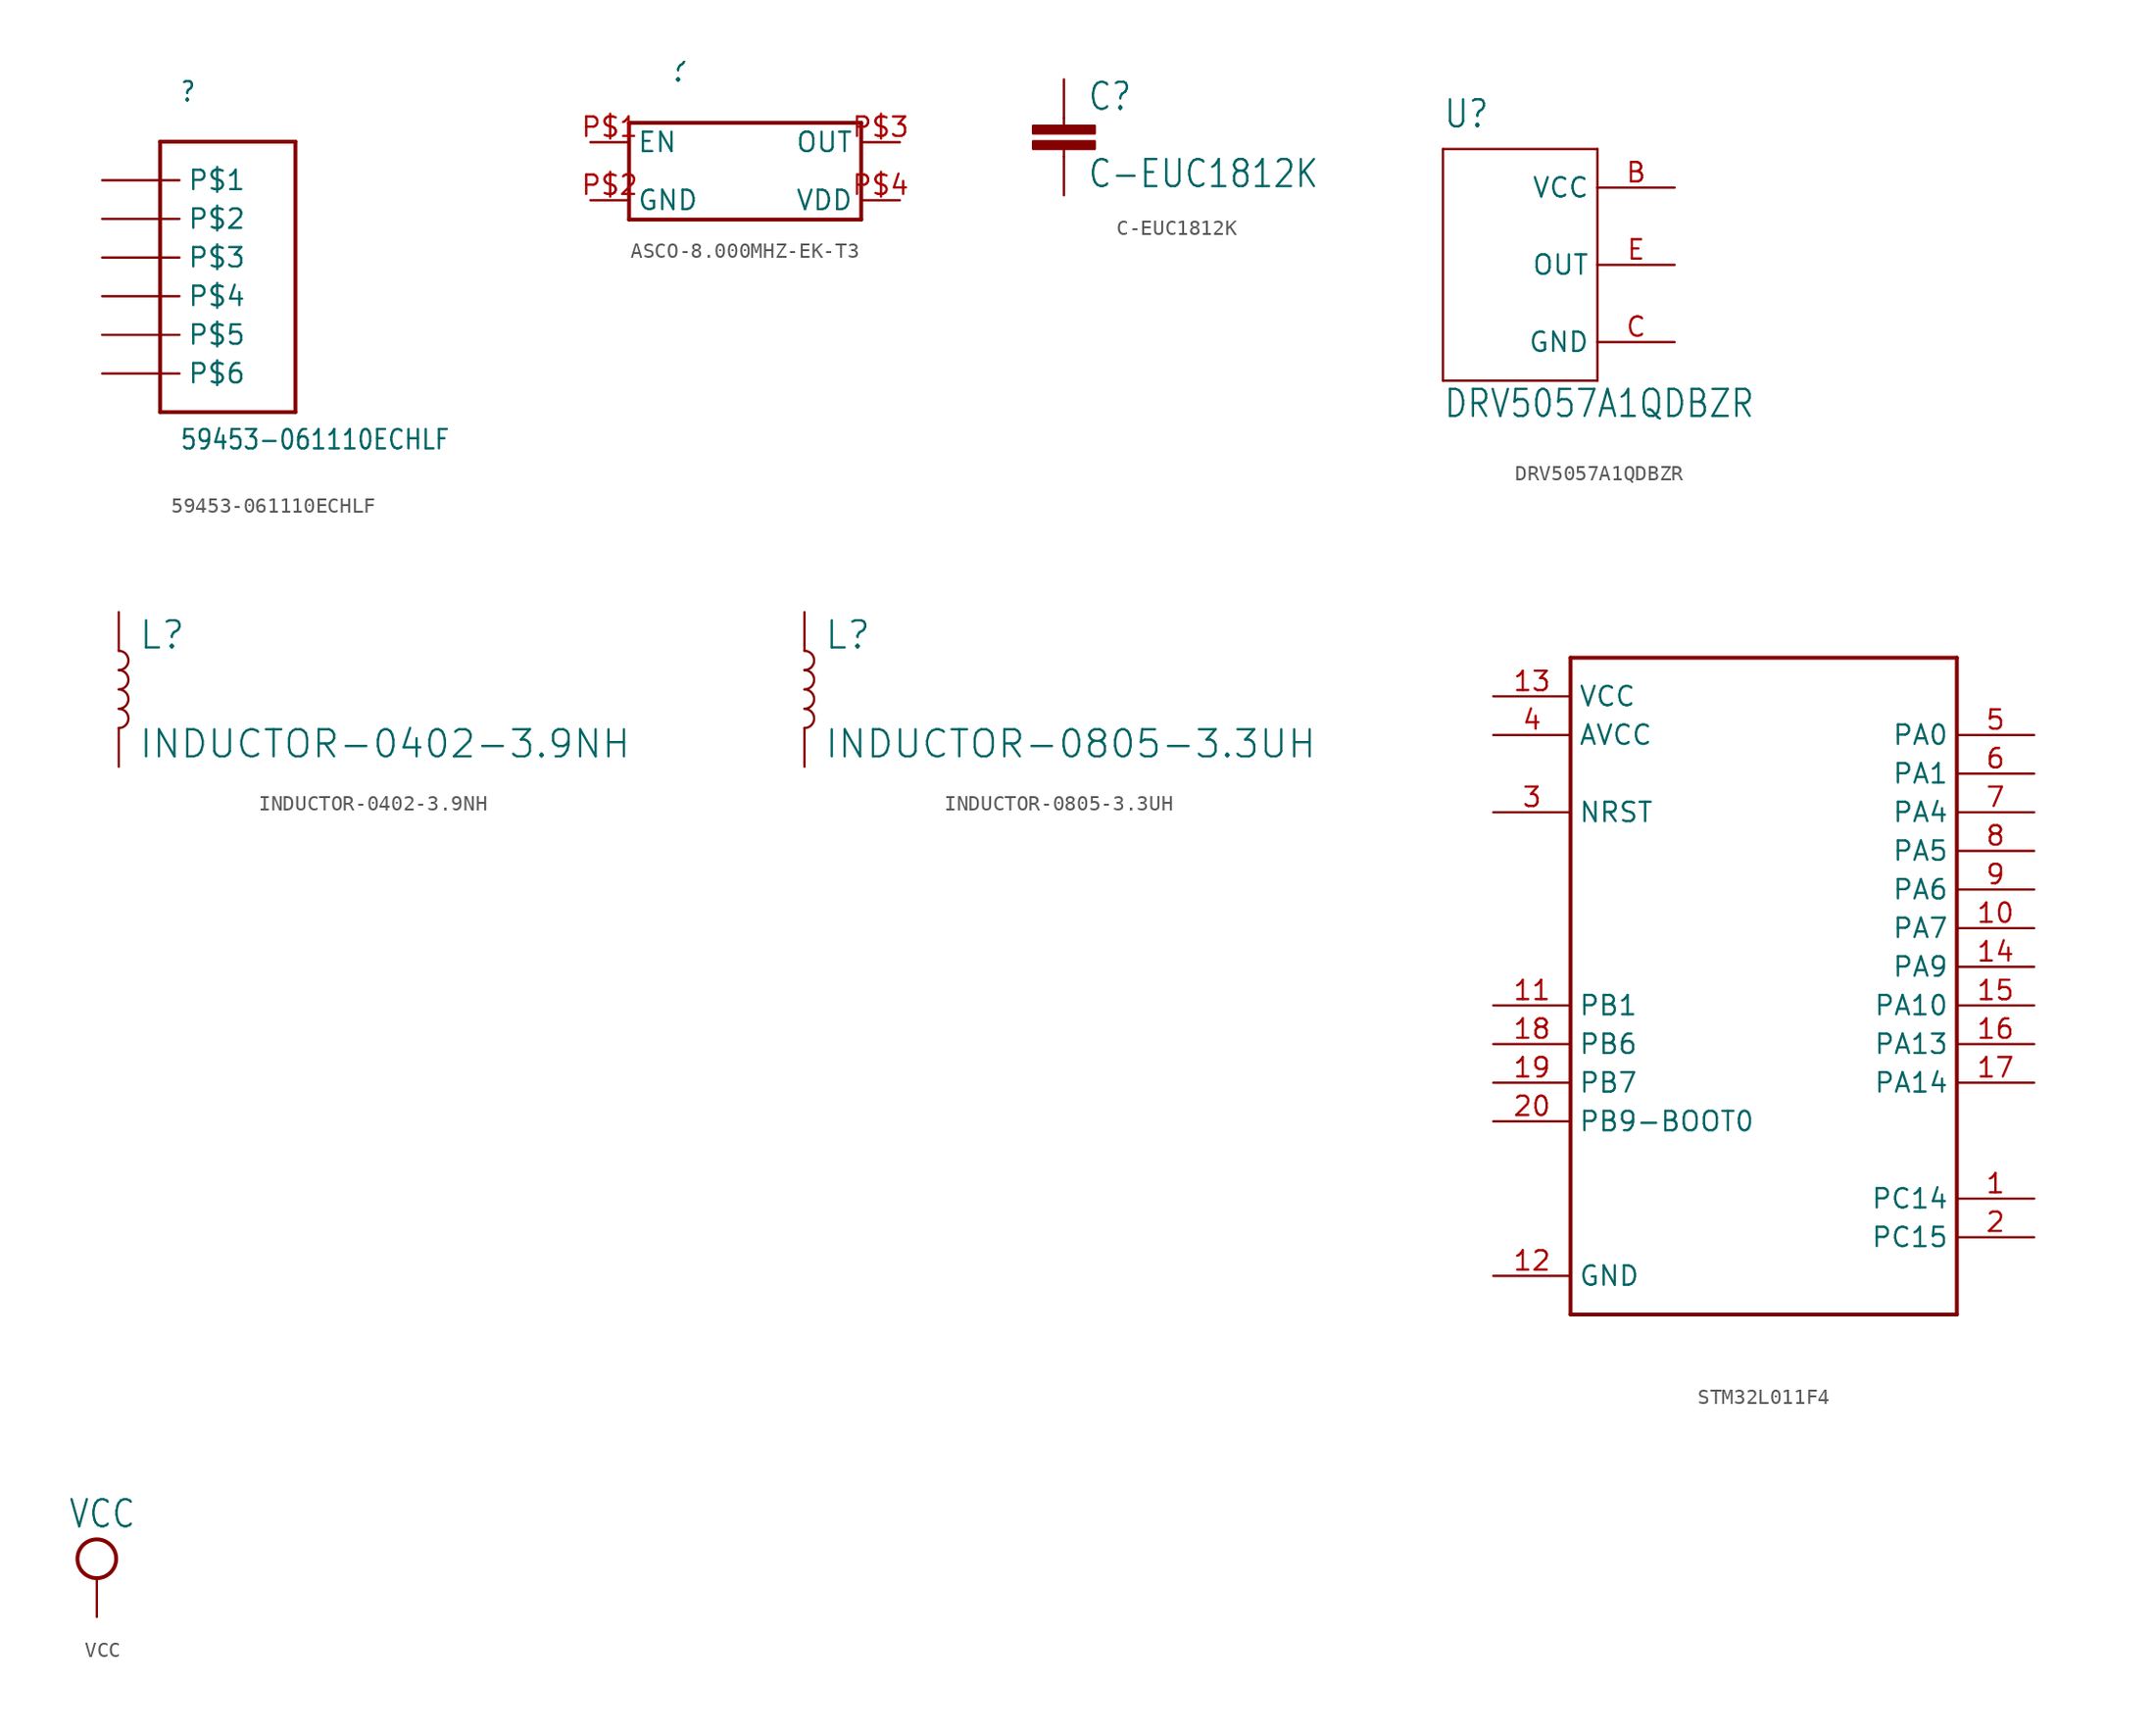
<source format=kicad_sym>
(kicad_symbol_lib
  (version 20210619)
  (generator kicad_symbol_editor)
  (symbol "59453-061110ECHLF"
    (property "Reference" ""
      (at 5.08 7.62 0)
      (effects (font (size 1.27 1.079)) (justify left bottom)))
    (property "Value" "59453-061110ECHLF"
      (at 5.08 -15.24 0)
      (effects (font (size 1.27 1.079)) (justify left bottom)))
    (property "ki_locked" ""
      (at 0 0 0)
      (effects (font (size 1.27 1.27))))
    (symbol "59453-061110ECHLF_1_0"
      (polyline (pts (xy 3.81 -12.7) (xy 12.7 -12.7)) (stroke (width 0.254)) (fill (type none)))
      (polyline (pts (xy 3.81 5.08) (xy 3.81 -12.7)) (stroke (width 0.254)) (fill (type none)))
      (polyline (pts (xy 12.7 -12.7) (xy 12.7 5.08)) (stroke (width 0.254)) (fill (type none)))
      (polyline (pts (xy 12.7 5.08) (xy 3.81 5.08)) (stroke (width 0.254)) (fill (type none)))
      (pin bidirectional line (at 0 2.54 0) (length 5.08) (name "P$1" (effects (font (size 1.27 1.27)))) (number "P$1" (effects (font (size 0 0)))))
      (pin bidirectional line (at 0 0 0) (length 5.08) (name "P$2" (effects (font (size 1.27 1.27)))) (number "P$2" (effects (font (size 0 0)))))
      (pin bidirectional line (at 0 -2.54 0) (length 5.08) (name "P$3" (effects (font (size 1.27 1.27)))) (number "P$3" (effects (font (size 0 0)))))
      (pin bidirectional line (at 0 -5.08 0) (length 5.08) (name "P$4" (effects (font (size 1.27 1.27)))) (number "P$4" (effects (font (size 0 0)))))
      (pin bidirectional line (at 0 -7.62 0) (length 5.08) (name "P$5" (effects (font (size 1.27 1.27)))) (number "P$5" (effects (font (size 0 0)))))
      (pin bidirectional line (at 0 -10.16 0) (length 5.08) (name "P$6" (effects (font (size 1.27 1.27)))) (number "P$6" (effects (font (size 0 0)))))))
  (symbol "ASCO-8.000MHZ-EK-T3"
    (property "Reference" ""
      (at 5.08 5.08 0)
      (effects (font (size 1.778 1.511)) (justify left bottom)))
    (property "ki_locked" ""
      (at 0 0 0)
      (effects (font (size 1.27 1.27))))
    (symbol "ASCO-8.000MHZ-EK-T3_1_0"
      (polyline (pts (xy 2.54 -3.81) (xy 2.54 2.54)) (stroke (width 0.254)) (fill (type none)))
      (polyline (pts (xy 2.54 2.54) (xy 17.78 2.54)) (stroke (width 0.254)) (fill (type none)))
      (polyline (pts (xy 17.78 -3.81) (xy 2.54 -3.81)) (stroke (width 0.254)) (fill (type none)))
      (polyline (pts (xy 17.78 2.54) (xy 17.78 -3.81)) (stroke (width 0.254)) (fill (type none)))
      (pin bidirectional line (at 0 1.27 0) (length 2.54) (name "EN" (effects (font (size 1.27 1.27)))) (number "P$1" (effects (font (size 1.27 1.27)))))
      (pin bidirectional line (at 0 -2.54 0) (length 2.54) (name "GND" (effects (font (size 1.27 1.27)))) (number "P$2" (effects (font (size 1.27 1.27)))))
      (pin bidirectional line (at 20.32 1.27 180) (length 2.54) (name "OUT" (effects (font (size 1.27 1.27)))) (number "P$3" (effects (font (size 1.27 1.27)))))
      (pin bidirectional line (at 20.32 -2.54 180) (length 2.54) (name "VDD" (effects (font (size 1.27 1.27)))) (number "P$4" (effects (font (size 1.27 1.27)))))))
  (symbol "C-EUC1812K"
    (property "Reference" "C"
      (at 1.524 0.381 0)
      (effects (font (size 1.778 1.511)) (justify left bottom)))
    (property "Value" "C-EUC1812K"
      (at 1.524 -4.699 0)
      (effects (font (size 1.778 1.511)) (justify left bottom)))
    (property "ki_locked" ""
      (at 0 0 0)
      (effects (font (size 1.27 1.27))))
    (symbol "C-EUC1812K_1_0"
      (rectangle (start -2.032 -2.032) (end 2.032 -1.524) (stroke (width 0)) (fill (type outline)))
      (rectangle (start -2.032 -1.016) (end 2.032 -0.508) (stroke (width 0)) (fill (type outline)))
      (polyline (pts (xy 0 -2.54) (xy 0 -2.032)) (stroke (width 0.152)) (fill (type none)))
      (polyline (pts (xy 0 0) (xy 0 -0.508)) (stroke (width 0.152)) (fill (type none)))
      (pin passive line (at 0 2.54 270) (length 2.54) (name "1" (effects (font (size 0 0)))) (number "1" (effects (font (size 0 0)))))
      (pin passive line (at 0 -5.08 90) (length 2.54) (name "2" (effects (font (size 0 0)))) (number "2" (effects (font (size 0 0)))))))
  (symbol "DRV5057A1QDBZR"
    (property "Reference" "U"
      (at -5.08 8.89 0)
      (effects (font (size 1.778 1.511)) (justify left bottom)))
    (property "Value" "DRV5057A1QDBZR"
      (at -5.08 -10.16 0)
      (effects (font (size 1.778 1.511)) (justify left bottom)))
    (property "ki_locked" ""
      (at 0 0 0)
      (effects (font (size 1.27 1.27))))
    (symbol "DRV5057A1QDBZR_1_0"
      (polyline (pts (xy -5.08 -7.62) (xy -5.08 7.62)) (stroke (width 0.152)) (fill (type none)))
      (polyline (pts (xy -5.08 7.62) (xy 5.08 7.62)) (stroke (width 0.152)) (fill (type none)))
      (polyline (pts (xy 5.08 -7.62) (xy -5.08 -7.62)) (stroke (width 0.152)) (fill (type none)))
      (polyline (pts (xy 5.08 7.62) (xy 5.08 -7.62)) (stroke (width 0.152)) (fill (type none)))
      (pin power_in line (at 10.16 5.08 180) (length 5.08) (name "VCC" (effects (font (size 1.27 1.27)))) (number "B" (effects (font (size 1.27 1.27)))))
      (pin power_in line (at 10.16 -5.08 180) (length 5.08) (name "GND" (effects (font (size 1.27 1.27)))) (number "C" (effects (font (size 1.27 1.27)))))
      (pin output line (at 10.16 0 180) (length 5.08) (name "OUT" (effects (font (size 1.27 1.27)))) (number "E" (effects (font (size 1.27 1.27)))))))
  (symbol "INDUCTOR-0402-3.9NH"
    (property "Reference" "L"
      (at 1.27 2.54 0)
      (effects (font (size 1.778 1.778)) (justify left bottom)))
    (property "Value" "INDUCTOR-0402-3.9NH"
      (at 1.27 -2.54 0)
      (effects (font (size 1.778 1.778)) (justify left top)))
    (property "ki_locked" ""
      (at 0 0 0)
      (effects (font (size 1.27 1.27))))
    (symbol "INDUCTOR-0402-3.9NH_1_0"
      (arc (start 0 -2.54) (end 0 -1.27) (radius (at 0 -1.905) (length 0.635) (angles -89.9 89.9)) (stroke (width 0.1524)) (fill (type none)))
      (arc (start 0 -1.27) (end 0 0) (radius (at 0 -0.635) (length 0.635) (angles -89.9 89.9)) (stroke (width 0.1524)) (fill (type none)))
      (arc (start 0 0) (end 0 1.27) (radius (at 0 0.635) (length 0.635) (angles -89.9 89.9)) (stroke (width 0.1524)) (fill (type none)))
      (arc (start 0 1.27) (end 0 2.54) (radius (at 0 1.905) (length 0.635) (angles -89.9 89.9)) (stroke (width 0.1524)) (fill (type none)))
      (pin passive line (at 0 5.08 270) (length 2.54) (name "1" (effects (font (size 0 0)))) (number "1" (effects (font (size 0 0)))))
      (pin passive line (at 0 -5.08 90) (length 2.54) (name "2" (effects (font (size 0 0)))) (number "2" (effects (font (size 0 0)))))))
  (symbol "INDUCTOR-0805-3.3UH"
    (property "Reference" "L"
      (at 1.27 2.54 0)
      (effects (font (size 1.778 1.778)) (justify left bottom)))
    (property "Value" "INDUCTOR-0805-3.3UH"
      (at 1.27 -2.54 0)
      (effects (font (size 1.778 1.778)) (justify left top)))
    (property "ki_locked" ""
      (at 0 0 0)
      (effects (font (size 1.27 1.27))))
    (symbol "INDUCTOR-0805-3.3UH_1_0"
      (arc (start 0 -2.54) (end 0 -1.27) (radius (at 0 -1.905) (length 0.635) (angles -89.9 89.9)) (stroke (width 0.1524)) (fill (type none)))
      (arc (start 0 -1.27) (end 0 0) (radius (at 0 -0.635) (length 0.635) (angles -89.9 89.9)) (stroke (width 0.1524)) (fill (type none)))
      (arc (start 0 0) (end 0 1.27) (radius (at 0 0.635) (length 0.635) (angles -89.9 89.9)) (stroke (width 0.1524)) (fill (type none)))
      (arc (start 0 1.27) (end 0 2.54) (radius (at 0 1.905) (length 0.635) (angles -89.9 89.9)) (stroke (width 0.1524)) (fill (type none)))
      (pin passive line (at 0 5.08 270) (length 2.54) (name "1" (effects (font (size 0 0)))) (number "1" (effects (font (size 0 0)))))
      (pin passive line (at 0 -5.08 90) (length 2.54) (name "2" (effects (font (size 0 0)))) (number "2" (effects (font (size 0 0)))))))
  (symbol "STM32L011F4"
    (property "Reference" ""
      (at 0 0 0)
      (effects (font (size 1.27 1.27)) hide))
    (property "ki_locked" ""
      (at 0 0 0)
      (effects (font (size 1.27 1.27))))
    (symbol "STM32L011F4_1_0"
      (polyline (pts (xy -12.7 -22.86) (xy -12.7 20.32)) (stroke (width 0.254)) (fill (type none)))
      (polyline (pts (xy -12.7 20.32) (xy 12.7 20.32)) (stroke (width 0.254)) (fill (type none)))
      (polyline (pts (xy 12.7 -22.86) (xy -12.7 -22.86)) (stroke (width 0.254)) (fill (type none)))
      (polyline (pts (xy 12.7 20.32) (xy 12.7 -22.86)) (stroke (width 0.254)) (fill (type none)))
      (pin bidirectional line (at 17.78 -15.24 180) (length 5.08) (name "PC14" (effects (font (size 1.27 1.27)))) (number "1" (effects (font (size 1.27 1.27)))))
      (pin bidirectional line (at 17.78 2.54 180) (length 5.08) (name "PA7" (effects (font (size 1.27 1.27)))) (number "10" (effects (font (size 1.27 1.27)))))
      (pin bidirectional line (at -17.78 -2.54 0) (length 5.08) (name "PB1" (effects (font (size 1.27 1.27)))) (number "11" (effects (font (size 1.27 1.27)))))
      (pin bidirectional line (at -17.78 -20.32 0) (length 5.08) (name "GND" (effects (font (size 1.27 1.27)))) (number "12" (effects (font (size 1.27 1.27)))))
      (pin bidirectional line (at -17.78 17.78 0) (length 5.08) (name "VCC" (effects (font (size 1.27 1.27)))) (number "13" (effects (font (size 1.27 1.27)))))
      (pin bidirectional line (at 17.78 0 180) (length 5.08) (name "PA9" (effects (font (size 1.27 1.27)))) (number "14" (effects (font (size 1.27 1.27)))))
      (pin bidirectional line (at 17.78 -2.54 180) (length 5.08) (name "PA10" (effects (font (size 1.27 1.27)))) (number "15" (effects (font (size 1.27 1.27)))))
      (pin bidirectional line (at 17.78 -5.08 180) (length 5.08) (name "PA13" (effects (font (size 1.27 1.27)))) (number "16" (effects (font (size 1.27 1.27)))))
      (pin bidirectional line (at 17.78 -7.62 180) (length 5.08) (name "PA14" (effects (font (size 1.27 1.27)))) (number "17" (effects (font (size 1.27 1.27)))))
      (pin bidirectional line (at -17.78 -5.08 0) (length 5.08) (name "PB6" (effects (font (size 1.27 1.27)))) (number "18" (effects (font (size 1.27 1.27)))))
      (pin bidirectional line (at -17.78 -7.62 0) (length 5.08) (name "PB7" (effects (font (size 1.27 1.27)))) (number "19" (effects (font (size 1.27 1.27)))))
      (pin bidirectional line (at 17.78 -17.78 180) (length 5.08) (name "PC15" (effects (font (size 1.27 1.27)))) (number "2" (effects (font (size 1.27 1.27)))))
      (pin bidirectional line (at -17.78 -10.16 0) (length 5.08) (name "PB9-BOOT0" (effects (font (size 1.27 1.27)))) (number "20" (effects (font (size 1.27 1.27)))))
      (pin bidirectional line (at -17.78 10.16 0) (length 5.08) (name "NRST" (effects (font (size 1.27 1.27)))) (number "3" (effects (font (size 1.27 1.27)))))
      (pin bidirectional line (at -17.78 15.24 0) (length 5.08) (name "AVCC" (effects (font (size 1.27 1.27)))) (number "4" (effects (font (size 1.27 1.27)))))
      (pin bidirectional line (at 17.78 15.24 180) (length 5.08) (name "PA0" (effects (font (size 1.27 1.27)))) (number "5" (effects (font (size 1.27 1.27)))))
      (pin bidirectional line (at 17.78 12.7 180) (length 5.08) (name "PA1" (effects (font (size 1.27 1.27)))) (number "6" (effects (font (size 1.27 1.27)))))
      (pin bidirectional line (at 17.78 10.16 180) (length 5.08) (name "PA4" (effects (font (size 1.27 1.27)))) (number "7" (effects (font (size 1.27 1.27)))))
      (pin bidirectional line (at 17.78 7.62 180) (length 5.08) (name "PA5" (effects (font (size 1.27 1.27)))) (number "8" (effects (font (size 1.27 1.27)))))
      (pin bidirectional line (at 17.78 5.08 180) (length 5.08) (name "PA6" (effects (font (size 1.27 1.27)))) (number "9" (effects (font (size 1.27 1.27)))))))
  (symbol "VCC"
    (power)
    (property "Reference" "#SUPPLY"
      (at 0 0 0)
      (effects (font (size 1.27 1.27)) hide))
    (property "Value" "VCC"
      (at -1.905 3.175 0)
      (effects (font (size 1.778 1.511)) (justify left bottom)))
    (property "ki_locked" ""
      (at 0 0 0)
      (effects (font (size 1.27 1.27))))
    (symbol "VCC_1_0"
      (circle (center 0 1.27) (radius 1.27) (stroke (width 0.254)) (fill (type none)))
      (pin power_in line (at 0 -2.54 90) (length 2.54) (name "VCC" (effects (font (size 0 0)))) (number "1" (effects (font (size 0 0))))))))
</source>
